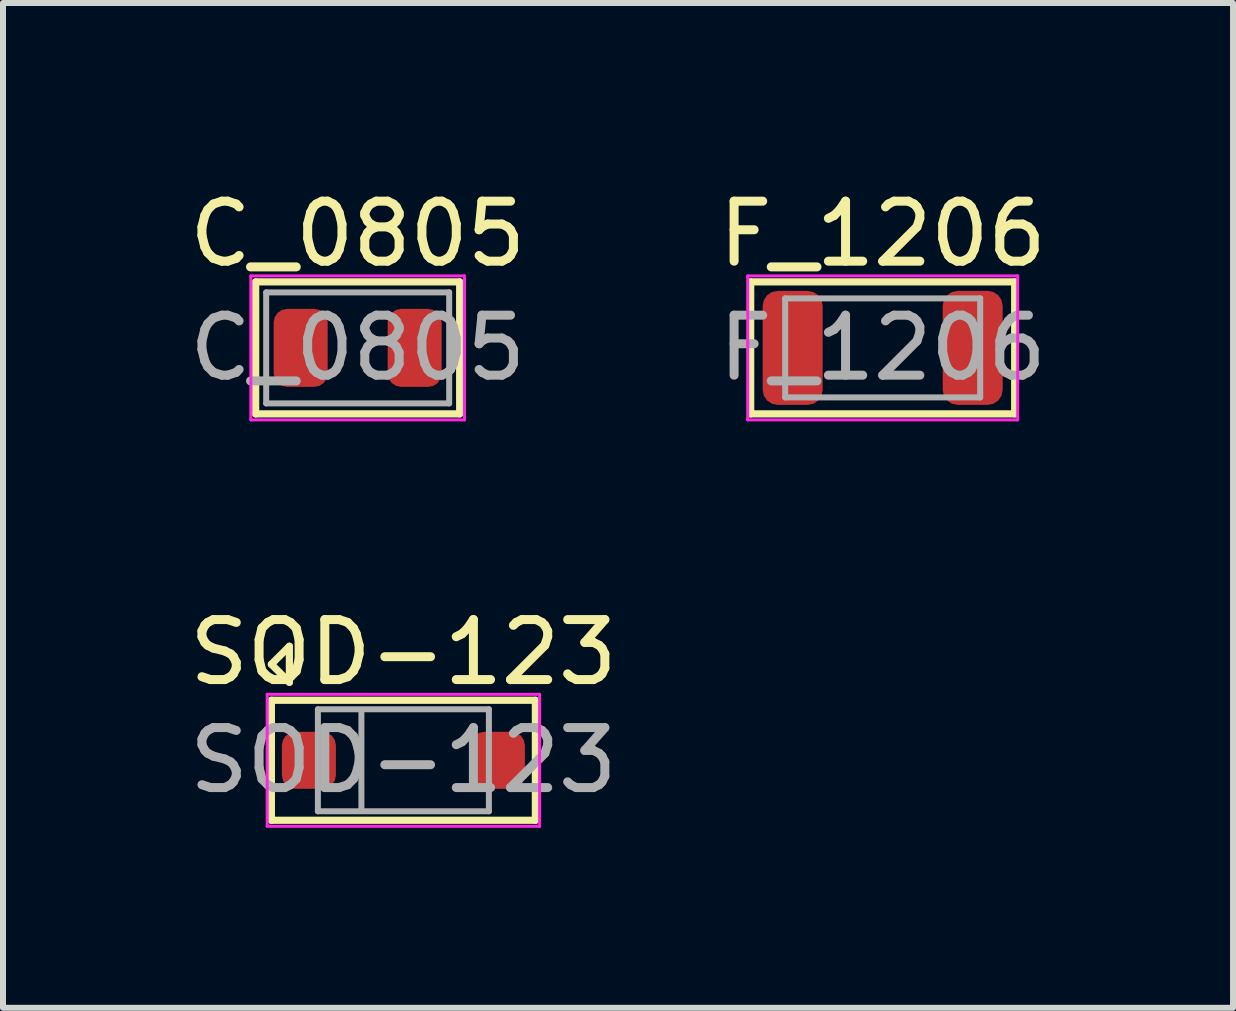
<source format=kicad_pcb>
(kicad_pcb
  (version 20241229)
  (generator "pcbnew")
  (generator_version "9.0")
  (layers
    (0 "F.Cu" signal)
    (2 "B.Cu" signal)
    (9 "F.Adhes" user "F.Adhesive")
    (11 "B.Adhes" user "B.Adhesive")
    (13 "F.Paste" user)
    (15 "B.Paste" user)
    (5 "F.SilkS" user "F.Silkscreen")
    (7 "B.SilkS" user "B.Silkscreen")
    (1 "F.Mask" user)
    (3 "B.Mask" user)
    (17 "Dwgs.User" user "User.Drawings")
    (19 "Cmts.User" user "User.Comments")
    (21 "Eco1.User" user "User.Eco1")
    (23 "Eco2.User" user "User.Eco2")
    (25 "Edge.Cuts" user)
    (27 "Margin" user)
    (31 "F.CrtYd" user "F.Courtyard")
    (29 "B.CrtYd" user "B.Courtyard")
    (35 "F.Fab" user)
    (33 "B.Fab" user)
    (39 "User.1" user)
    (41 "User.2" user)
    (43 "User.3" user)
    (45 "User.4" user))
  (footprint "C_0805"
    (layer "F.Cu")
    (at 2.911 2.748)
    (property "Reference" "C_0805" (at 0 -1.9 0) (layer "F.SilkS") (effects (font (size 1 1) (thickness 0.15))))
    (attr smd)
    (fp_line (start -1.7 -1.1) (end 1.7 -1.1) (stroke (width 0.12) (type solid)) (layer "F.SilkS"))
    (fp_line (start -1.7 1.1) (end -1.7 -1.1) (stroke (width 0.12) (type solid)) (layer "F.SilkS"))
    (fp_line (start 1.7 -1.1) (end 1.7 1.1) (stroke (width 0.12) (type solid)) (layer "F.SilkS"))
    (fp_line (start 1.7 1.1) (end -1.7 1.1) (stroke (width 0.12) (type solid)) (layer "F.SilkS"))
    (fp_line (start -1.78 -1.2) (end -1.78 1.2) (stroke (width 0.05) (type solid)) (layer "F.CrtYd"))
    (fp_line (start -1.78 -1.2) (end 1.78 -1.2) (stroke (width 0.05) (type solid)) (layer "F.CrtYd"))
    (fp_line (start -1.78 1.2) (end 1.78 1.2) (stroke (width 0.05) (type solid)) (layer "F.CrtYd"))
    (fp_line (start 1.78 -1.2) (end 1.78 1.2) (stroke (width 0.05) (type solid)) (layer "F.CrtYd"))
    (fp_line (start -1.525 -0.925) (end 1.525 -0.925) (stroke (width 0.1) (type solid)) (layer "F.Fab"))
    (fp_line (start -1.525 0.925) (end -1.525 -0.925) (stroke (width 0.1) (type solid)) (layer "F.Fab"))
    (fp_line (start -1.525 0.925) (end 1.525 0.925) (stroke (width 0.1) (type solid)) (layer "F.Fab"))
    (fp_line (start 1.525 0.925) (end 1.525 -0.925) (stroke (width 0.1) (type solid)) (layer "F.Fab"))
    (fp_text user "${REFERENCE}" (at 0 0 0) (layer "F.Fab") (effects (font (size 1 1) (thickness 0.15))))
    (pad "1" smd roundrect (at -0.95 0) (size 0.9 1.3) (layers "F.Cu" "F.Mask" "F.Paste") (roundrect_rratio 0.25))
    (pad "2" smd roundrect (at 0.95 0) (size 0.9 1.3) (layers "F.Cu" "F.Mask" "F.Paste") (roundrect_rratio 0.25)))
  (footprint "F_1206"
    (layer "F.Cu")
    (at 11.661 2.748)
    (property "Reference" "F_1206" (at 0 -1.9 0) (layer "F.SilkS") (effects (font (size 1 1) (thickness 0.15))))
    (attr smd)
    (fp_line (start -2.2 -1.1) (end 2.2 -1.1) (stroke (width 0.12) (type solid)) (layer "F.SilkS"))
    (fp_line (start -2.2 1.1) (end -2.2 -1.1) (stroke (width 0.12) (type solid)) (layer "F.SilkS"))
    (fp_line (start 2.2 -1.1) (end 2.2 1.1) (stroke (width 0.12) (type solid)) (layer "F.SilkS"))
    (fp_line (start 2.2 1.1) (end -2.2 1.1) (stroke (width 0.12) (type solid)) (layer "F.SilkS"))
    (fp_line (start -2.25 1.2) (end -2.25 -1.2) (stroke (width 0.05) (type solid)) (layer "F.CrtYd"))
    (fp_line (start 2.25 -1.2) (end -2.25 -1.2) (stroke (width 0.05) (type solid)) (layer "F.CrtYd"))
    (fp_line (start 2.25 1.2) (end -2.25 1.2) (stroke (width 0.05) (type solid)) (layer "F.CrtYd"))
    (fp_line (start 2.25 1.2) (end 2.25 -1.2) (stroke (width 0.05) (type solid)) (layer "F.CrtYd"))
    (fp_line (start -1.625 -0.825) (end -1.625 0.825) (stroke (width 0.1) (type solid)) (layer "F.Fab"))
    (fp_line (start -1.625 -0.825) (end 1.625 -0.825) (stroke (width 0.1) (type solid)) (layer "F.Fab"))
    (fp_line (start -1.625 0.825) (end 1.625 0.825) (stroke (width 0.1) (type solid)) (layer "F.Fab"))
    (fp_line (start 1.625 -0.825) (end 1.625 0.825) (stroke (width 0.1) (type solid)) (layer "F.Fab"))
    (fp_text user "${REFERENCE}" (at 0 0 0) (layer "F.Fab") (effects (font (size 1 1) (thickness 0.15))))
    (pad "1" smd roundrect (at -1.5 0) (size 1 1.9) (layers "F.Cu" "F.Mask" "F.Paste") (roundrect_rratio 0.25))
    (pad "2" smd roundrect (at 1.5 0) (size 1 1.9) (layers "F.Cu" "F.Mask" "F.Paste") (roundrect_rratio 0.25)))
  (footprint "SOD-123"
    (layer "F.Cu")
    (at 3.673 9.621)
    (property "Reference" "SOD-123" (at 0 -1.8 0) (layer "F.SilkS") (effects (font (size 1 1) (thickness 0.15))))
    (attr smd)
    (fp_line (start -2.2 -1.6) (end -1.9 -1.3) (stroke (width 0.12) (type solid)) (layer "F.SilkS"))
    (fp_line (start -2.2 -1) (end -2.2 1) (stroke (width 0.12) (type solid)) (layer "F.SilkS"))
    (fp_line (start -2.2 -1) (end 2.2 -1) (stroke (width 0.12) (type solid)) (layer "F.SilkS"))
    (fp_line (start -1.9 -1.9) (end -2.2 -1.6) (stroke (width 0.12) (type solid)) (layer "F.SilkS"))
    (fp_line (start -1.9 -1.3) (end -1.9 -1.9) (stroke (width 0.12) (type solid)) (layer "F.SilkS"))
    (fp_line (start 2.2 -1) (end 2.2 1) (stroke (width 0.12) (type solid)) (layer "F.SilkS"))
    (fp_line (start 2.2 1) (end -2.2 1) (stroke (width 0.12) (type solid)) (layer "F.SilkS"))
    (fp_line (start -2.27 -1.1) (end -2.27 1.1) (stroke (width 0.05) (type solid)) (layer "F.CrtYd"))
    (fp_line (start -2.27 -1.1) (end 2.27 -1.1) (stroke (width 0.05) (type solid)) (layer "F.CrtYd"))
    (fp_line (start -2.27 1.1) (end 2.27 1.1) (stroke (width 0.05) (type solid)) (layer "F.CrtYd"))
    (fp_line (start 2.27 -1.1) (end 2.27 1.1) (stroke (width 0.05) (type solid)) (layer "F.CrtYd"))
    (fp_line (start -1.425 -0.85) (end 1.425 -0.85) (stroke (width 0.1) (type solid)) (layer "F.Fab"))
    (fp_line (start -1.425 0.85) (end -1.425 -0.85) (stroke (width 0.1) (type solid)) (layer "F.Fab"))
    (fp_line (start -1.425 0.85) (end 1.425 0.85) (stroke (width 0.1) (type solid)) (layer "F.Fab"))
    (fp_line (start -0.7 -0.8) (end -0.7 0.8) (stroke (width 0.1) (type solid)) (layer "F.Fab"))
    (fp_line (start 1.425 0.85) (end 1.425 -0.85) (stroke (width 0.1) (type solid)) (layer "F.Fab"))
    (fp_text user "${REFERENCE}" (at 0 0 0) (layer "F.Fab") (effects (font (size 1 1) (thickness 0.15))))
    (pad "A" smd roundrect (at 1.575 0) (size 0.9 0.95) (layers "F.Cu" "F.Mask" "F.Paste") (roundrect_rratio 0.25))
    (pad "K" smd roundrect (at -1.575 0) (size 0.9 0.95) (layers "F.Cu" "F.Mask" "F.Paste") (roundrect_rratio 0.25)))
  (gr_rect
    (start -3 -3)
    (end 17.5 13.746)
    (stroke (width 0.1) (type default))
    (fill no)
    (layer "Edge.Cuts")))
</source>
